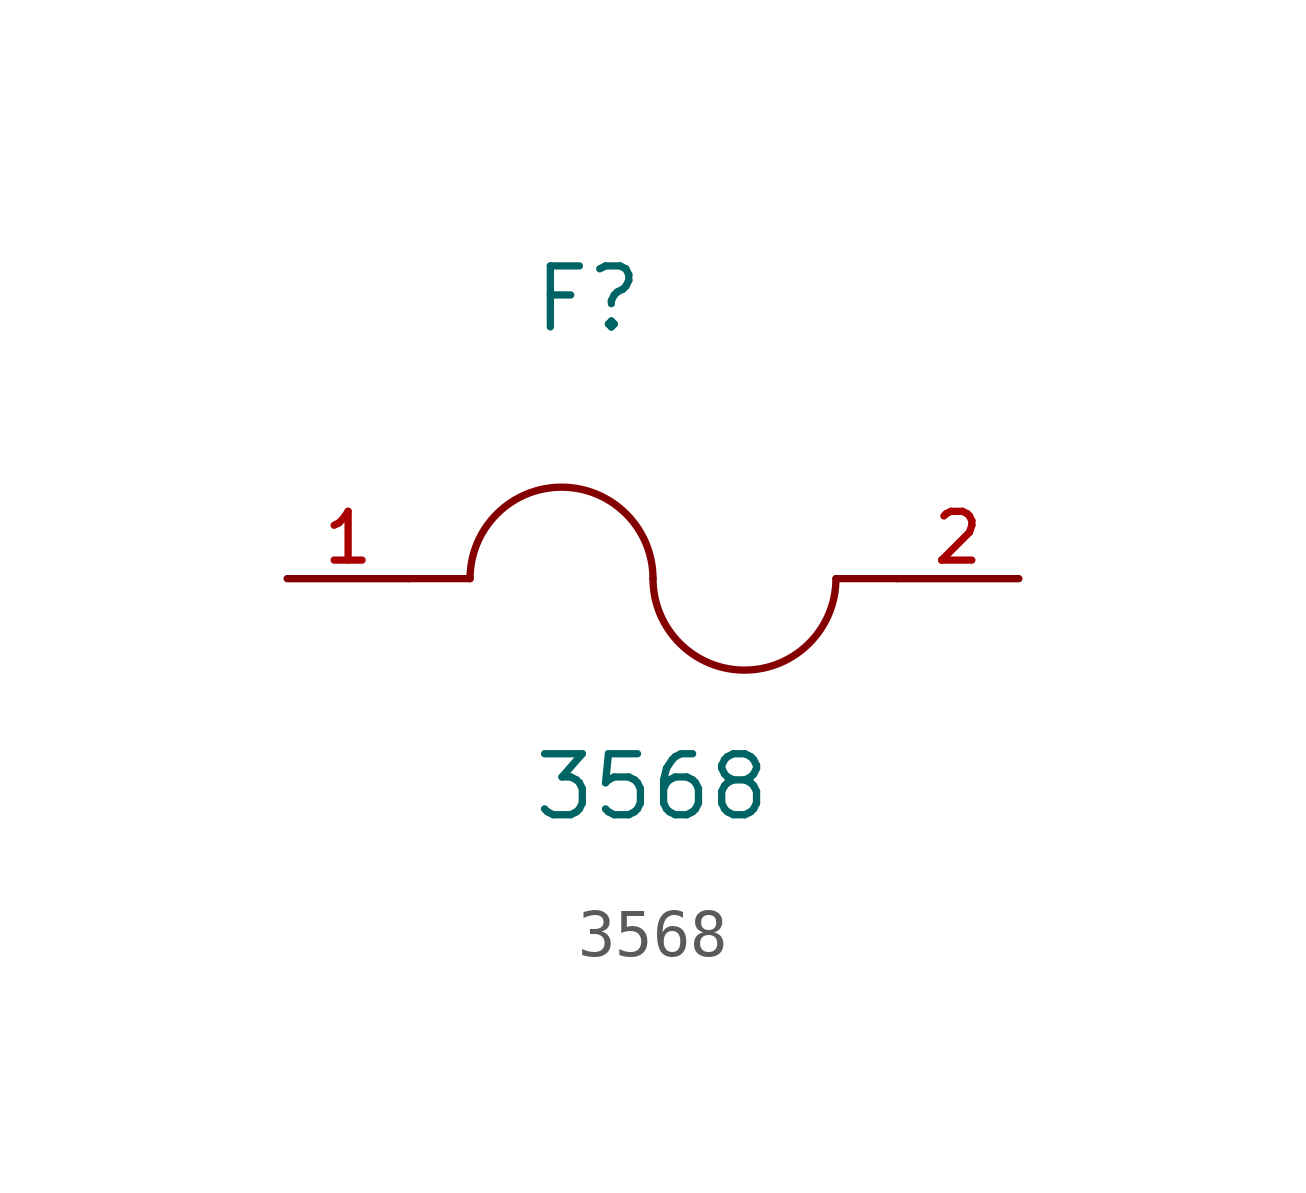
<source format=kicad_sym>
(kicad_symbol_lib
  (version 20211014)
  (generator kicad_symbol_editor)
  (symbol "3568"
    (pin_names
      (offset 1.016))
    (property "Reference" "F"
      (at -2.54 5.08 0)
      (effects (font (size 1.27 1.27)) (justify bottom left)))
    (property "Value" "3568"
      (at -2.54 -5.08 0)
      (effects (font (size 1.27 1.27)) (justify bottom left)))
    (symbol "3568_0_0"
      (arc (start 0.0 0.0) (mid -1.905 1.905) (end -3.81 0.0) (stroke (width 0.1524) (type default) (color 0 0 0 0)) (fill (type none)))
      (arc (start 3.81 0.0) (mid 1.905 -1.905) (end 0.0 0.0) (stroke (width 0.1524) (type default) (color 0 0 0 0)) (fill (type none)))
      (polyline (pts (xy 5.08 0.0) (xy 3.81 0.0)) (stroke (width 0.152)))
      (polyline (pts (xy -5.08 0.0) (xy -3.81 0.0)) (stroke (width 0.152)))
      (pin passive line (at 7.62 0.0 180.0) (length 2.54) (name "~" (effects (font (size 1.016 1.016)))) (number "2" (effects (font (size 1.016 1.016)))))
      (pin passive line (at -7.62 0.0 0) (length 2.54) (name "~" (effects (font (size 1.016 1.016)))) (number "1" (effects (font (size 1.016 1.016))))))))
</source>
